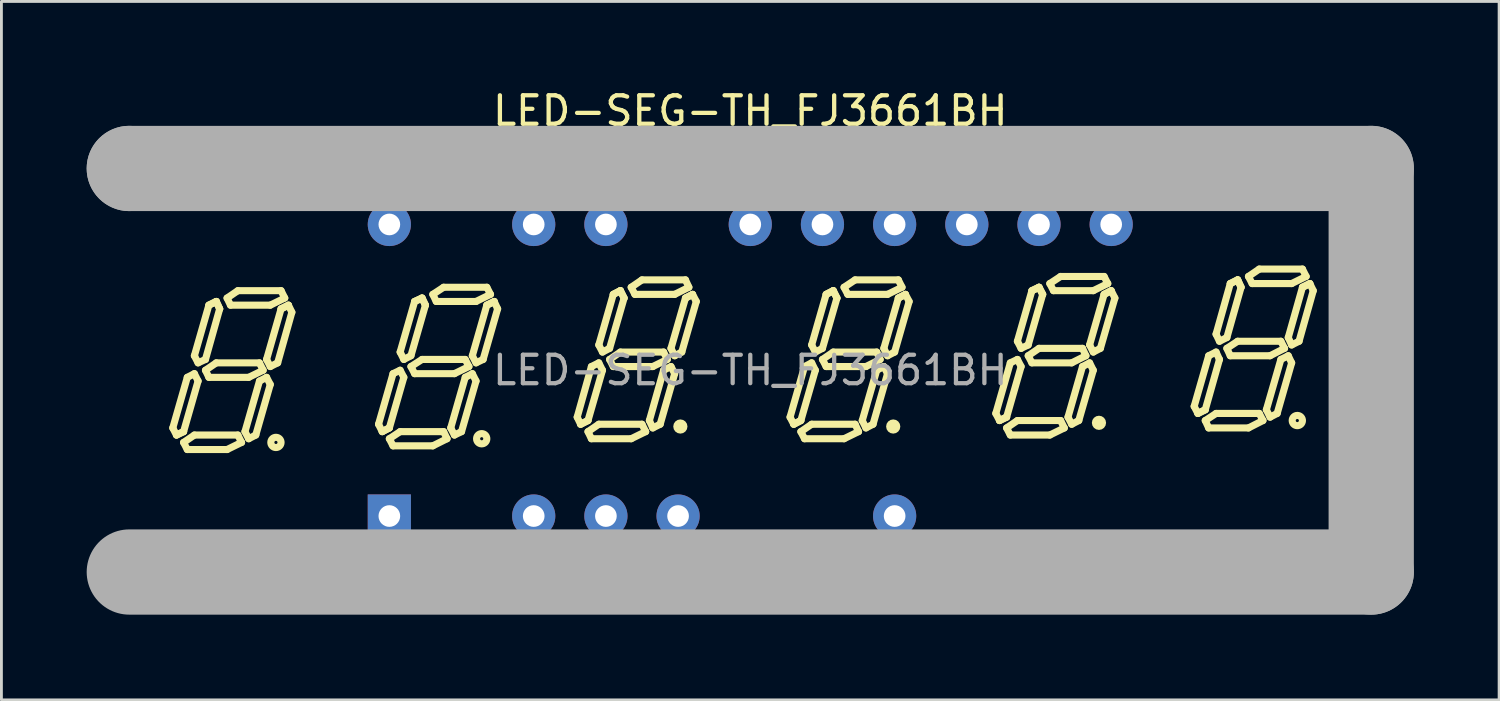
<source format=kicad_pcb>
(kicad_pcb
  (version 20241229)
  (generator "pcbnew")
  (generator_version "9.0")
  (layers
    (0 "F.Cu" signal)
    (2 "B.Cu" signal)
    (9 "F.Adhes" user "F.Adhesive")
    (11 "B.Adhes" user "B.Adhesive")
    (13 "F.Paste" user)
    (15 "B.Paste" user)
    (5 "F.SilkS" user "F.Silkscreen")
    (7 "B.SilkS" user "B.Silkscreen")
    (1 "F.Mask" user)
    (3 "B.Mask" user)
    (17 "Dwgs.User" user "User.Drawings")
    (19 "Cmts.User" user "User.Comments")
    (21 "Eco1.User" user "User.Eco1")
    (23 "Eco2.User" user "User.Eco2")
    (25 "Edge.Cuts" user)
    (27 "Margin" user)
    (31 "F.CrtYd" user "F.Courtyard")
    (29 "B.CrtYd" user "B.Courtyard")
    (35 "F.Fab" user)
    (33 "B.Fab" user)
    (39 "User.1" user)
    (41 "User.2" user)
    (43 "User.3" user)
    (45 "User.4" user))
  (footprint "LED-SEG-TH_FJ3661BH"
    (layer "F.Cu")
    (at 23.35 9.978)
    (property "Reference" "LED-SEG-TH_FJ3661BH" (at 0 -9.13 0) (layer "F.SilkS") (effects (font (size 1 1) (thickness 0.15))))
    (attr through_hole)
    (fp_line (start -20.32 2.03) (end -20.19 2.28) (stroke (width 0.25) (type solid)) (layer "F.SilkS"))
    (fp_line (start -20.19 2.28) (end -19.94 2.16) (stroke (width 0.25) (type solid)) (layer "F.SilkS"))
    (fp_line (start -20.19 2.28) (end -19.94 2.16) (stroke (width 0.25) (type solid)) (layer "F.SilkS"))
    (fp_line (start -19.94 2.16) (end -19.43 0.38) (stroke (width 0.25) (type solid)) (layer "F.SilkS"))
    (fp_line (start -19.94 2.54) (end -19.56 2.28) (stroke (width 0.25) (type solid)) (layer "F.SilkS"))
    (fp_line (start -19.81 0.25) (end -20.32 2.03) (stroke (width 0.25) (type solid)) (layer "F.SilkS"))
    (fp_line (start -19.81 2.79) (end -19.94 2.54) (stroke (width 0.25) (type solid)) (layer "F.SilkS"))
    (fp_line (start -19.56 -0.51) (end -19.43 -0.26) (stroke (width 0.25) (type solid)) (layer "F.SilkS"))
    (fp_line (start -19.56 0.12) (end -19.81 0.25) (stroke (width 0.25) (type solid)) (layer "F.SilkS"))
    (fp_line (start -19.56 2.28) (end -18.03 2.28) (stroke (width 0.25) (type solid)) (layer "F.SilkS"))
    (fp_line (start -19.43 -0.26) (end -19.17 -0.38) (stroke (width 0.25) (type solid)) (layer "F.SilkS"))
    (fp_line (start -19.43 0.38) (end -19.56 0.12) (stroke (width 0.25) (type solid)) (layer "F.SilkS"))
    (fp_line (start -19.17 -0.38) (end -18.67 -2.16) (stroke (width 0.25) (type solid)) (layer "F.SilkS"))
    (fp_line (start -19.17 0) (end -18.79 -0.26) (stroke (width 0.25) (type solid)) (layer "F.SilkS"))
    (fp_line (start -19.05 -2.29) (end -19.56 -0.51) (stroke (width 0.25) (type solid)) (layer "F.SilkS"))
    (fp_line (start -19.05 -2.29) (end -18.79 -2.42) (stroke (width 0.25) (type solid)) (layer "F.SilkS"))
    (fp_line (start -19.05 0.25) (end -19.17 0) (stroke (width 0.25) (type solid)) (layer "F.SilkS"))
    (fp_line (start -18.79 -2.42) (end -19.05 -2.29) (stroke (width 0.25) (type solid)) (layer "F.SilkS"))
    (fp_line (start -18.79 -2.42) (end -18.67 -2.16) (stroke (width 0.25) (type solid)) (layer "F.SilkS"))
    (fp_line (start -18.79 -0.26) (end -17.27 -0.26) (stroke (width 0.25) (type solid)) (layer "F.SilkS"))
    (fp_line (start -18.67 -2.16) (end -18.79 -2.42) (stroke (width 0.25) (type solid)) (layer "F.SilkS"))
    (fp_line (start -18.41 -2.54) (end -18.03 -2.8) (stroke (width 0.25) (type solid)) (layer "F.SilkS"))
    (fp_line (start -18.41 2.79) (end -19.81 2.79) (stroke (width 0.25) (type solid)) (layer "F.SilkS"))
    (fp_line (start -18.29 -2.29) (end -18.41 -2.54) (stroke (width 0.25) (type solid)) (layer "F.SilkS"))
    (fp_line (start -18.03 -2.8) (end -16.51 -2.8) (stroke (width 0.25) (type solid)) (layer "F.SilkS"))
    (fp_line (start -18.03 2.28) (end -17.9 2.54) (stroke (width 0.25) (type solid)) (layer "F.SilkS"))
    (fp_line (start -17.9 2.54) (end -18.41 2.79) (stroke (width 0.25) (type solid)) (layer "F.SilkS"))
    (fp_line (start -17.78 2.16) (end -17.65 2.41) (stroke (width 0.25) (type solid)) (layer "F.SilkS"))
    (fp_line (start -17.65 0.25) (end -19.05 0.25) (stroke (width 0.25) (type solid)) (layer "F.SilkS"))
    (fp_line (start -17.65 2.41) (end -17.4 2.28) (stroke (width 0.25) (type solid)) (layer "F.SilkS"))
    (fp_line (start -17.4 2.28) (end -16.89 0.5) (stroke (width 0.25) (type solid)) (layer "F.SilkS"))
    (fp_line (start -17.27 -0.26) (end -17.14 0) (stroke (width 0.25) (type solid)) (layer "F.SilkS"))
    (fp_line (start -17.27 0.38) (end -17.78 2.16) (stroke (width 0.25) (type solid)) (layer "F.SilkS"))
    (fp_line (start -17.14 0) (end -17.65 0.25) (stroke (width 0.25) (type solid)) (layer "F.SilkS"))
    (fp_line (start -17.02 -0.38) (end -16.51 -2.16) (stroke (width 0.25) (type solid)) (layer "F.SilkS"))
    (fp_line (start -17.02 0.25) (end -17.27 0.38) (stroke (width 0.25) (type solid)) (layer "F.SilkS"))
    (fp_line (start -16.89 -2.29) (end -18.29 -2.29) (stroke (width 0.25) (type solid)) (layer "F.SilkS"))
    (fp_line (start -16.89 -0.13) (end -17.02 -0.38) (stroke (width 0.25) (type solid)) (layer "F.SilkS"))
    (fp_line (start -16.89 0.5) (end -17.02 0.25) (stroke (width 0.25) (type solid)) (layer "F.SilkS"))
    (fp_line (start -16.63 -0.26) (end -16.89 -0.13) (stroke (width 0.25) (type solid)) (layer "F.SilkS"))
    (fp_line (start -16.51 -2.8) (end -16.38 -2.54) (stroke (width 0.25) (type solid)) (layer "F.SilkS"))
    (fp_line (start -16.51 -2.16) (end -16.25 -2.29) (stroke (width 0.25) (type solid)) (layer "F.SilkS"))
    (fp_line (start -16.38 -2.54) (end -16.89 -2.29) (stroke (width 0.25) (type solid)) (layer "F.SilkS"))
    (fp_line (start -16.25 -2.29) (end -16.51 -2.16) (stroke (width 0.25) (type solid)) (layer "F.SilkS"))
    (fp_line (start -16.25 -2.29) (end -16.13 -2.04) (stroke (width 0.25) (type solid)) (layer "F.SilkS"))
    (fp_line (start -16.13 -2.04) (end -16.63 -0.26) (stroke (width 0.25) (type solid)) (layer "F.SilkS"))
    (fp_line (start -13.08 1.9) (end -12.95 2.16) (stroke (width 0.25) (type solid)) (layer "F.SilkS"))
    (fp_line (start -12.95 2.16) (end -12.7 2.03) (stroke (width 0.25) (type solid)) (layer "F.SilkS"))
    (fp_line (start -12.95 2.16) (end -12.7 2.03) (stroke (width 0.25) (type solid)) (layer "F.SilkS"))
    (fp_line (start -12.7 2.03) (end -12.19 0.25) (stroke (width 0.25) (type solid)) (layer "F.SilkS"))
    (fp_line (start -12.7 2.41) (end -12.32 2.16) (stroke (width 0.25) (type solid)) (layer "F.SilkS"))
    (fp_line (start -12.57 0.12) (end -13.08 1.9) (stroke (width 0.25) (type solid)) (layer "F.SilkS"))
    (fp_line (start -12.57 2.66) (end -12.7 2.41) (stroke (width 0.25) (type solid)) (layer "F.SilkS"))
    (fp_line (start -12.32 -0.64) (end -12.19 -0.38) (stroke (width 0.25) (type solid)) (layer "F.SilkS"))
    (fp_line (start -12.32 0) (end -12.57 0.12) (stroke (width 0.25) (type solid)) (layer "F.SilkS"))
    (fp_line (start -12.32 2.16) (end -10.79 2.16) (stroke (width 0.25) (type solid)) (layer "F.SilkS"))
    (fp_line (start -12.19 -0.38) (end -11.94 -0.51) (stroke (width 0.25) (type solid)) (layer "F.SilkS"))
    (fp_line (start -12.19 0.25) (end -12.32 0) (stroke (width 0.25) (type solid)) (layer "F.SilkS"))
    (fp_line (start -11.94 -0.51) (end -11.43 -2.29) (stroke (width 0.25) (type solid)) (layer "F.SilkS"))
    (fp_line (start -11.94 -0.13) (end -11.55 -0.38) (stroke (width 0.25) (type solid)) (layer "F.SilkS"))
    (fp_line (start -11.81 -2.42) (end -12.32 -0.64) (stroke (width 0.25) (type solid)) (layer "F.SilkS"))
    (fp_line (start -11.81 0.12) (end -11.94 -0.13) (stroke (width 0.25) (type solid)) (layer "F.SilkS"))
    (fp_line (start -11.55 -2.54) (end -11.81 -2.42) (stroke (width 0.25) (type solid)) (layer "F.SilkS"))
    (fp_line (start -11.55 -2.54) (end -11.81 -2.42) (stroke (width 0.25) (type solid)) (layer "F.SilkS"))
    (fp_line (start -11.55 -0.38) (end -10.03 -0.38) (stroke (width 0.25) (type solid)) (layer "F.SilkS"))
    (fp_line (start -11.43 -2.29) (end -11.55 -2.54) (stroke (width 0.25) (type solid)) (layer "F.SilkS"))
    (fp_line (start -11.43 -2.29) (end -11.55 -2.54) (stroke (width 0.25) (type solid)) (layer "F.SilkS"))
    (fp_line (start -11.17 -2.67) (end -10.79 -2.92) (stroke (width 0.25) (type solid)) (layer "F.SilkS"))
    (fp_line (start -11.17 2.66) (end -12.57 2.66) (stroke (width 0.25) (type solid)) (layer "F.SilkS"))
    (fp_line (start -11.05 -2.42) (end -11.17 -2.67) (stroke (width 0.25) (type solid)) (layer "F.SilkS"))
    (fp_line (start -10.79 -2.92) (end -9.27 -2.92) (stroke (width 0.25) (type solid)) (layer "F.SilkS"))
    (fp_line (start -10.79 2.16) (end -10.67 2.41) (stroke (width 0.25) (type solid)) (layer "F.SilkS"))
    (fp_line (start -10.67 2.41) (end -11.17 2.66) (stroke (width 0.25) (type solid)) (layer "F.SilkS"))
    (fp_line (start -10.54 2.03) (end -10.41 2.28) (stroke (width 0.25) (type solid)) (layer "F.SilkS"))
    (fp_line (start -10.41 0.12) (end -11.81 0.12) (stroke (width 0.25) (type solid)) (layer "F.SilkS"))
    (fp_line (start -10.41 2.28) (end -10.16 2.16) (stroke (width 0.25) (type solid)) (layer "F.SilkS"))
    (fp_line (start -10.16 2.16) (end -9.65 0.38) (stroke (width 0.25) (type solid)) (layer "F.SilkS"))
    (fp_line (start -10.03 -0.38) (end -9.9 -0.13) (stroke (width 0.25) (type solid)) (layer "F.SilkS"))
    (fp_line (start -10.03 0.25) (end -10.54 2.03) (stroke (width 0.25) (type solid)) (layer "F.SilkS"))
    (fp_line (start -9.9 -0.13) (end -10.41 0.12) (stroke (width 0.25) (type solid)) (layer "F.SilkS"))
    (fp_line (start -9.78 -0.51) (end -9.65 -0.26) (stroke (width 0.25) (type solid)) (layer "F.SilkS"))
    (fp_line (start -9.78 0.12) (end -10.03 0.25) (stroke (width 0.25) (type solid)) (layer "F.SilkS"))
    (fp_line (start -9.65 -2.42) (end -11.05 -2.42) (stroke (width 0.25) (type solid)) (layer "F.SilkS"))
    (fp_line (start -9.65 -0.26) (end -9.4 -0.38) (stroke (width 0.25) (type solid)) (layer "F.SilkS"))
    (fp_line (start -9.65 0.38) (end -9.78 0.12) (stroke (width 0.25) (type solid)) (layer "F.SilkS"))
    (fp_line (start -9.4 -0.38) (end -8.89 -2.16) (stroke (width 0.25) (type solid)) (layer "F.SilkS"))
    (fp_line (start -9.27 -2.92) (end -9.14 -2.67) (stroke (width 0.25) (type solid)) (layer "F.SilkS"))
    (fp_line (start -9.27 -2.29) (end -9.78 -0.51) (stroke (width 0.25) (type solid)) (layer "F.SilkS"))
    (fp_line (start -9.27 -2.29) (end -9.01 -2.42) (stroke (width 0.25) (type solid)) (layer "F.SilkS"))
    (fp_line (start -9.14 -2.67) (end -9.65 -2.42) (stroke (width 0.25) (type solid)) (layer "F.SilkS"))
    (fp_line (start -9.01 -2.42) (end -9.27 -2.29) (stroke (width 0.25) (type solid)) (layer "F.SilkS"))
    (fp_line (start -8.89 -2.16) (end -9.01 -2.42) (stroke (width 0.25) (type solid)) (layer "F.SilkS"))
    (fp_line (start -6.09 1.65) (end -5.97 1.9) (stroke (width 0.25) (type solid)) (layer "F.SilkS"))
    (fp_line (start -5.97 1.9) (end -5.71 1.77) (stroke (width 0.25) (type solid)) (layer "F.SilkS"))
    (fp_line (start -5.97 1.9) (end -5.71 1.77) (stroke (width 0.25) (type solid)) (layer "F.SilkS"))
    (fp_line (start -5.71 1.77) (end -5.2 0) (stroke (width 0.25) (type solid)) (layer "F.SilkS"))
    (fp_line (start -5.71 2.16) (end -5.33 1.9) (stroke (width 0.25) (type solid)) (layer "F.SilkS"))
    (fp_line (start -5.59 -0.13) (end -6.09 1.65) (stroke (width 0.25) (type solid)) (layer "F.SilkS"))
    (fp_line (start -5.59 2.41) (end -5.71 2.16) (stroke (width 0.25) (type solid)) (layer "F.SilkS"))
    (fp_line (start -5.33 -0.89) (end -5.2 -0.64) (stroke (width 0.25) (type solid)) (layer "F.SilkS"))
    (fp_line (start -5.33 -0.26) (end -5.59 -0.13) (stroke (width 0.25) (type solid)) (layer "F.SilkS"))
    (fp_line (start -5.33 1.9) (end -3.81 1.9) (stroke (width 0.25) (type solid)) (layer "F.SilkS"))
    (fp_line (start -5.2 -0.64) (end -4.95 -0.77) (stroke (width 0.25) (type solid)) (layer "F.SilkS"))
    (fp_line (start -5.2 0) (end -5.33 -0.26) (stroke (width 0.25) (type solid)) (layer "F.SilkS"))
    (fp_line (start -4.95 -0.77) (end -4.44 -2.54) (stroke (width 0.25) (type solid)) (layer "F.SilkS"))
    (fp_line (start -4.95 -0.38) (end -4.57 -0.64) (stroke (width 0.25) (type solid)) (layer "F.SilkS"))
    (fp_line (start -4.82 -2.67) (end -5.33 -0.89) (stroke (width 0.25) (type solid)) (layer "F.SilkS"))
    (fp_line (start -4.82 -2.67) (end -4.57 -2.8) (stroke (width 0.25) (type solid)) (layer "F.SilkS"))
    (fp_line (start -4.82 -0.13) (end -4.95 -0.38) (stroke (width 0.25) (type solid)) (layer "F.SilkS"))
    (fp_line (start -4.57 -2.8) (end -4.82 -2.67) (stroke (width 0.25) (type solid)) (layer "F.SilkS"))
    (fp_line (start -4.57 -2.8) (end -4.44 -2.54) (stroke (width 0.25) (type solid)) (layer "F.SilkS"))
    (fp_line (start -4.57 -0.64) (end -3.05 -0.64) (stroke (width 0.25) (type solid)) (layer "F.SilkS"))
    (fp_line (start -4.44 -2.54) (end -4.57 -2.8) (stroke (width 0.25) (type solid)) (layer "F.SilkS"))
    (fp_line (start -4.19 -2.92) (end -3.81 -3.18) (stroke (width 0.25) (type solid)) (layer "F.SilkS"))
    (fp_line (start -4.19 2.41) (end -5.59 2.41) (stroke (width 0.25) (type solid)) (layer "F.SilkS"))
    (fp_line (start -4.06 -2.67) (end -4.19 -2.92) (stroke (width 0.25) (type solid)) (layer "F.SilkS"))
    (fp_line (start -3.81 -3.18) (end -2.28 -3.18) (stroke (width 0.25) (type solid)) (layer "F.SilkS"))
    (fp_line (start -3.81 1.9) (end -3.68 2.16) (stroke (width 0.25) (type solid)) (layer "F.SilkS"))
    (fp_line (start -3.68 2.16) (end -4.19 2.41) (stroke (width 0.25) (type solid)) (layer "F.SilkS"))
    (fp_line (start -3.55 1.77) (end -3.43 2.03) (stroke (width 0.25) (type solid)) (layer "F.SilkS"))
    (fp_line (start -3.43 -0.13) (end -4.82 -0.13) (stroke (width 0.25) (type solid)) (layer "F.SilkS"))
    (fp_line (start -3.43 2.03) (end -3.17 1.9) (stroke (width 0.25) (type solid)) (layer "F.SilkS"))
    (fp_line (start -3.17 1.9) (end -2.66 0.12) (stroke (width 0.25) (type solid)) (layer "F.SilkS"))
    (fp_line (start -3.05 -0.64) (end -2.92 -0.38) (stroke (width 0.25) (type solid)) (layer "F.SilkS"))
    (fp_line (start -3.05 0) (end -3.55 1.77) (stroke (width 0.25) (type solid)) (layer "F.SilkS"))
    (fp_line (start -2.92 -0.38) (end -3.43 -0.13) (stroke (width 0.25) (type solid)) (layer "F.SilkS"))
    (fp_line (start -2.79 -0.77) (end -2.28 -2.54) (stroke (width 0.25) (type solid)) (layer "F.SilkS"))
    (fp_line (start -2.79 -0.13) (end -3.05 0) (stroke (width 0.25) (type solid)) (layer "F.SilkS"))
    (fp_line (start -2.66 -2.67) (end -4.06 -2.67) (stroke (width 0.25) (type solid)) (layer "F.SilkS"))
    (fp_line (start -2.66 -0.51) (end -2.79 -0.77) (stroke (width 0.25) (type solid)) (layer "F.SilkS"))
    (fp_line (start -2.66 0.12) (end -2.79 -0.13) (stroke (width 0.25) (type solid)) (layer "F.SilkS"))
    (fp_line (start -2.41 -0.64) (end -2.66 -0.51) (stroke (width 0.25) (type solid)) (layer "F.SilkS"))
    (fp_line (start -2.28 -3.18) (end -2.16 -2.92) (stroke (width 0.25) (type solid)) (layer "F.SilkS"))
    (fp_line (start -2.28 -2.54) (end -2.03 -2.67) (stroke (width 0.25) (type solid)) (layer "F.SilkS"))
    (fp_line (start -2.16 -2.92) (end -2.66 -2.67) (stroke (width 0.25) (type solid)) (layer "F.SilkS"))
    (fp_line (start -2.03 -2.67) (end -2.28 -2.54) (stroke (width 0.25) (type solid)) (layer "F.SilkS"))
    (fp_line (start -2.03 -2.67) (end -1.9 -2.42) (stroke (width 0.25) (type solid)) (layer "F.SilkS"))
    (fp_line (start -1.9 -2.42) (end -2.41 -0.64) (stroke (width 0.25) (type solid)) (layer "F.SilkS"))
    (fp_line (start 1.4 1.65) (end 1.53 1.9) (stroke (width 0.25) (type solid)) (layer "F.SilkS"))
    (fp_line (start 1.53 1.9) (end 1.78 1.77) (stroke (width 0.25) (type solid)) (layer "F.SilkS"))
    (fp_line (start 1.53 1.9) (end 1.78 1.77) (stroke (width 0.25) (type solid)) (layer "F.SilkS"))
    (fp_line (start 1.78 1.77) (end 2.29 0) (stroke (width 0.25) (type solid)) (layer "F.SilkS"))
    (fp_line (start 1.78 2.16) (end 2.16 1.9) (stroke (width 0.25) (type solid)) (layer "F.SilkS"))
    (fp_line (start 1.91 -0.13) (end 1.4 1.65) (stroke (width 0.25) (type solid)) (layer "F.SilkS"))
    (fp_line (start 1.91 2.41) (end 1.78 2.16) (stroke (width 0.25) (type solid)) (layer "F.SilkS"))
    (fp_line (start 2.16 -0.89) (end 2.29 -0.64) (stroke (width 0.25) (type solid)) (layer "F.SilkS"))
    (fp_line (start 2.16 -0.26) (end 1.91 -0.13) (stroke (width 0.25) (type solid)) (layer "F.SilkS"))
    (fp_line (start 2.16 1.9) (end 3.69 1.9) (stroke (width 0.25) (type solid)) (layer "F.SilkS"))
    (fp_line (start 2.29 -0.64) (end 2.54 -0.77) (stroke (width 0.25) (type solid)) (layer "F.SilkS"))
    (fp_line (start 2.29 0) (end 2.16 -0.26) (stroke (width 0.25) (type solid)) (layer "F.SilkS"))
    (fp_line (start 2.54 -0.77) (end 3.05 -2.54) (stroke (width 0.25) (type solid)) (layer "F.SilkS"))
    (fp_line (start 2.54 -0.38) (end 2.92 -0.64) (stroke (width 0.25) (type solid)) (layer "F.SilkS"))
    (fp_line (start 2.67 -2.67) (end 2.16 -0.89) (stroke (width 0.25) (type solid)) (layer "F.SilkS"))
    (fp_line (start 2.67 -2.67) (end 2.92 -2.8) (stroke (width 0.25) (type solid)) (layer "F.SilkS"))
    (fp_line (start 2.67 -0.13) (end 2.54 -0.38) (stroke (width 0.25) (type solid)) (layer "F.SilkS"))
    (fp_line (start 2.92 -2.8) (end 2.67 -2.67) (stroke (width 0.25) (type solid)) (layer "F.SilkS"))
    (fp_line (start 2.92 -2.8) (end 3.05 -2.54) (stroke (width 0.25) (type solid)) (layer "F.SilkS"))
    (fp_line (start 2.92 -0.64) (end 4.45 -0.64) (stroke (width 0.25) (type solid)) (layer "F.SilkS"))
    (fp_line (start 3.05 -2.54) (end 2.92 -2.8) (stroke (width 0.25) (type solid)) (layer "F.SilkS"))
    (fp_line (start 3.3 -2.92) (end 3.69 -3.18) (stroke (width 0.25) (type solid)) (layer "F.SilkS"))
    (fp_line (start 3.3 2.41) (end 1.91 2.41) (stroke (width 0.25) (type solid)) (layer "F.SilkS"))
    (fp_line (start 3.43 -2.67) (end 3.3 -2.92) (stroke (width 0.25) (type solid)) (layer "F.SilkS"))
    (fp_line (start 3.69 -3.18) (end 5.21 -3.18) (stroke (width 0.25) (type solid)) (layer "F.SilkS"))
    (fp_line (start 3.69 1.9) (end 3.81 2.16) (stroke (width 0.25) (type solid)) (layer "F.SilkS"))
    (fp_line (start 3.81 2.16) (end 3.3 2.41) (stroke (width 0.25) (type solid)) (layer "F.SilkS"))
    (fp_line (start 3.94 1.77) (end 4.07 2.03) (stroke (width 0.25) (type solid)) (layer "F.SilkS"))
    (fp_line (start 4.07 -0.13) (end 2.67 -0.13) (stroke (width 0.25) (type solid)) (layer "F.SilkS"))
    (fp_line (start 4.07 2.03) (end 4.32 1.9) (stroke (width 0.25) (type solid)) (layer "F.SilkS"))
    (fp_line (start 4.32 1.9) (end 4.83 0.12) (stroke (width 0.25) (type solid)) (layer "F.SilkS"))
    (fp_line (start 4.45 -0.64) (end 4.57 -0.38) (stroke (width 0.25) (type solid)) (layer "F.SilkS"))
    (fp_line (start 4.45 0) (end 3.94 1.77) (stroke (width 0.25) (type solid)) (layer "F.SilkS"))
    (fp_line (start 4.57 -0.38) (end 4.07 -0.13) (stroke (width 0.25) (type solid)) (layer "F.SilkS"))
    (fp_line (start 4.7 -0.77) (end 5.21 -2.54) (stroke (width 0.25) (type solid)) (layer "F.SilkS"))
    (fp_line (start 4.7 -0.13) (end 4.45 0) (stroke (width 0.25) (type solid)) (layer "F.SilkS"))
    (fp_line (start 4.83 -2.67) (end 3.43 -2.67) (stroke (width 0.25) (type solid)) (layer "F.SilkS"))
    (fp_line (start 4.83 -0.51) (end 4.7 -0.77) (stroke (width 0.25) (type solid)) (layer "F.SilkS"))
    (fp_line (start 4.83 0.12) (end 4.7 -0.13) (stroke (width 0.25) (type solid)) (layer "F.SilkS"))
    (fp_line (start 5.08 -0.64) (end 4.83 -0.51) (stroke (width 0.25) (type solid)) (layer "F.SilkS"))
    (fp_line (start 5.21 -3.18) (end 5.34 -2.92) (stroke (width 0.25) (type solid)) (layer "F.SilkS"))
    (fp_line (start 5.21 -2.54) (end 5.46 -2.67) (stroke (width 0.25) (type solid)) (layer "F.SilkS"))
    (fp_line (start 5.34 -2.92) (end 4.83 -2.67) (stroke (width 0.25) (type solid)) (layer "F.SilkS"))
    (fp_line (start 5.46 -2.67) (end 5.21 -2.54) (stroke (width 0.25) (type solid)) (layer "F.SilkS"))
    (fp_line (start 5.46 -2.67) (end 5.59 -2.42) (stroke (width 0.25) (type solid)) (layer "F.SilkS"))
    (fp_line (start 5.59 -2.42) (end 5.08 -0.64) (stroke (width 0.25) (type solid)) (layer "F.SilkS"))
    (fp_line (start 8.64 1.52) (end 8.77 1.77) (stroke (width 0.25) (type solid)) (layer "F.SilkS"))
    (fp_line (start 8.77 1.77) (end 9.02 1.65) (stroke (width 0.25) (type solid)) (layer "F.SilkS"))
    (fp_line (start 8.77 1.77) (end 9.02 1.65) (stroke (width 0.25) (type solid)) (layer "F.SilkS"))
    (fp_line (start 9.02 1.65) (end 9.53 -0.13) (stroke (width 0.25) (type solid)) (layer "F.SilkS"))
    (fp_line (start 9.02 2.03) (end 9.4 1.77) (stroke (width 0.25) (type solid)) (layer "F.SilkS"))
    (fp_line (start 9.15 -0.26) (end 8.64 1.52) (stroke (width 0.25) (type solid)) (layer "F.SilkS"))
    (fp_line (start 9.15 2.28) (end 9.02 2.03) (stroke (width 0.25) (type solid)) (layer "F.SilkS"))
    (fp_line (start 9.4 -1.02) (end 9.53 -0.77) (stroke (width 0.25) (type solid)) (layer "F.SilkS"))
    (fp_line (start 9.4 -0.38) (end 9.15 -0.26) (stroke (width 0.25) (type solid)) (layer "F.SilkS"))
    (fp_line (start 9.4 1.77) (end 10.92 1.77) (stroke (width 0.25) (type solid)) (layer "F.SilkS"))
    (fp_line (start 9.53 -0.77) (end 9.78 -0.89) (stroke (width 0.25) (type solid)) (layer "F.SilkS"))
    (fp_line (start 9.53 -0.13) (end 9.4 -0.38) (stroke (width 0.25) (type solid)) (layer "F.SilkS"))
    (fp_line (start 9.78 -0.89) (end 10.29 -2.67) (stroke (width 0.25) (type solid)) (layer "F.SilkS"))
    (fp_line (start 9.78 -0.51) (end 10.16 -0.77) (stroke (width 0.25) (type solid)) (layer "F.SilkS"))
    (fp_line (start 9.91 -2.8) (end 9.4 -1.02) (stroke (width 0.25) (type solid)) (layer "F.SilkS"))
    (fp_line (start 9.91 -0.26) (end 9.78 -0.51) (stroke (width 0.25) (type solid)) (layer "F.SilkS"))
    (fp_line (start 10.16 -2.92) (end 9.91 -2.8) (stroke (width 0.25) (type solid)) (layer "F.SilkS"))
    (fp_line (start 10.16 -2.92) (end 9.91 -2.8) (stroke (width 0.25) (type solid)) (layer "F.SilkS"))
    (fp_line (start 10.16 -0.77) (end 11.69 -0.77) (stroke (width 0.25) (type solid)) (layer "F.SilkS"))
    (fp_line (start 10.29 -2.67) (end 10.16 -2.92) (stroke (width 0.25) (type solid)) (layer "F.SilkS"))
    (fp_line (start 10.29 -2.67) (end 10.16 -2.92) (stroke (width 0.25) (type solid)) (layer "F.SilkS"))
    (fp_line (start 10.54 -3.05) (end 10.92 -3.3) (stroke (width 0.25) (type solid)) (layer "F.SilkS"))
    (fp_line (start 10.54 2.28) (end 9.15 2.28) (stroke (width 0.25) (type solid)) (layer "F.SilkS"))
    (fp_line (start 10.67 -2.8) (end 10.54 -3.05) (stroke (width 0.25) (type solid)) (layer "F.SilkS"))
    (fp_line (start 10.92 -3.3) (end 12.45 -3.3) (stroke (width 0.25) (type solid)) (layer "F.SilkS"))
    (fp_line (start 10.92 1.77) (end 11.05 2.03) (stroke (width 0.25) (type solid)) (layer "F.SilkS"))
    (fp_line (start 11.05 2.03) (end 10.54 2.28) (stroke (width 0.25) (type solid)) (layer "F.SilkS"))
    (fp_line (start 11.18 1.65) (end 11.31 1.9) (stroke (width 0.25) (type solid)) (layer "F.SilkS"))
    (fp_line (start 11.31 -0.26) (end 9.91 -0.26) (stroke (width 0.25) (type solid)) (layer "F.SilkS"))
    (fp_line (start 11.31 1.9) (end 11.56 1.77) (stroke (width 0.25) (type solid)) (layer "F.SilkS"))
    (fp_line (start 11.56 1.77) (end 12.07 0) (stroke (width 0.25) (type solid)) (layer "F.SilkS"))
    (fp_line (start 11.69 -0.77) (end 11.81 -0.51) (stroke (width 0.25) (type solid)) (layer "F.SilkS"))
    (fp_line (start 11.69 -0.13) (end 11.18 1.65) (stroke (width 0.25) (type solid)) (layer "F.SilkS"))
    (fp_line (start 11.81 -0.51) (end 11.31 -0.26) (stroke (width 0.25) (type solid)) (layer "F.SilkS"))
    (fp_line (start 11.94 -0.89) (end 12.07 -0.64) (stroke (width 0.25) (type solid)) (layer "F.SilkS"))
    (fp_line (start 11.94 -0.26) (end 11.69 -0.13) (stroke (width 0.25) (type solid)) (layer "F.SilkS"))
    (fp_line (start 12.07 -2.8) (end 10.67 -2.8) (stroke (width 0.25) (type solid)) (layer "F.SilkS"))
    (fp_line (start 12.07 -0.64) (end 12.32 -0.77) (stroke (width 0.25) (type solid)) (layer "F.SilkS"))
    (fp_line (start 12.07 0) (end 11.94 -0.26) (stroke (width 0.25) (type solid)) (layer "F.SilkS"))
    (fp_line (start 12.32 -0.77) (end 12.83 -2.54) (stroke (width 0.25) (type solid)) (layer "F.SilkS"))
    (fp_line (start 12.45 -3.3) (end 12.58 -3.05) (stroke (width 0.25) (type solid)) (layer "F.SilkS"))
    (fp_line (start 12.45 -2.67) (end 11.94 -0.89) (stroke (width 0.25) (type solid)) (layer "F.SilkS"))
    (fp_line (start 12.45 -2.67) (end 12.7 -2.8) (stroke (width 0.25) (type solid)) (layer "F.SilkS"))
    (fp_line (start 12.58 -3.05) (end 12.07 -2.8) (stroke (width 0.25) (type solid)) (layer "F.SilkS"))
    (fp_line (start 12.7 -2.8) (end 12.45 -2.67) (stroke (width 0.25) (type solid)) (layer "F.SilkS"))
    (fp_line (start 12.83 -2.54) (end 12.7 -2.8) (stroke (width 0.25) (type solid)) (layer "F.SilkS"))
    (fp_line (start 15.62 1.27) (end 15.75 1.52) (stroke (width 0.25) (type solid)) (layer "F.SilkS"))
    (fp_line (start 15.75 1.52) (end 16.01 1.39) (stroke (width 0.25) (type solid)) (layer "F.SilkS"))
    (fp_line (start 15.75 1.52) (end 16.01 1.39) (stroke (width 0.25) (type solid)) (layer "F.SilkS"))
    (fp_line (start 16.01 1.39) (end 16.51 -0.38) (stroke (width 0.25) (type solid)) (layer "F.SilkS"))
    (fp_line (start 16.01 1.77) (end 16.39 1.52) (stroke (width 0.25) (type solid)) (layer "F.SilkS"))
    (fp_line (start 16.13 -0.51) (end 15.62 1.27) (stroke (width 0.25) (type solid)) (layer "F.SilkS"))
    (fp_line (start 16.13 2.03) (end 16.01 1.77) (stroke (width 0.25) (type solid)) (layer "F.SilkS"))
    (fp_line (start 16.39 -1.27) (end 16.51 -1.02) (stroke (width 0.25) (type solid)) (layer "F.SilkS"))
    (fp_line (start 16.39 -0.64) (end 16.13 -0.51) (stroke (width 0.25) (type solid)) (layer "F.SilkS"))
    (fp_line (start 16.39 1.52) (end 17.91 1.52) (stroke (width 0.25) (type solid)) (layer "F.SilkS"))
    (fp_line (start 16.51 -1.02) (end 16.77 -1.15) (stroke (width 0.25) (type solid)) (layer "F.SilkS"))
    (fp_line (start 16.51 -0.38) (end 16.39 -0.64) (stroke (width 0.25) (type solid)) (layer "F.SilkS"))
    (fp_line (start 16.77 -1.15) (end 17.27 -2.92) (stroke (width 0.25) (type solid)) (layer "F.SilkS"))
    (fp_line (start 16.77 -0.77) (end 17.15 -1.02) (stroke (width 0.25) (type solid)) (layer "F.SilkS"))
    (fp_line (start 16.89 -3.05) (end 16.39 -1.27) (stroke (width 0.25) (type solid)) (layer "F.SilkS"))
    (fp_line (start 16.89 -3.05) (end 17.15 -3.18) (stroke (width 0.25) (type solid)) (layer "F.SilkS"))
    (fp_line (start 16.89 -0.51) (end 16.77 -0.77) (stroke (width 0.25) (type solid)) (layer "F.SilkS"))
    (fp_line (start 17.15 -3.18) (end 16.89 -3.05) (stroke (width 0.25) (type solid)) (layer "F.SilkS"))
    (fp_line (start 17.15 -3.18) (end 17.27 -2.92) (stroke (width 0.25) (type solid)) (layer "F.SilkS"))
    (fp_line (start 17.15 -1.02) (end 18.67 -1.02) (stroke (width 0.25) (type solid)) (layer "F.SilkS"))
    (fp_line (start 17.27 -2.92) (end 17.15 -3.18) (stroke (width 0.25) (type solid)) (layer "F.SilkS"))
    (fp_line (start 17.53 -3.3) (end 17.91 -3.56) (stroke (width 0.25) (type solid)) (layer "F.SilkS"))
    (fp_line (start 17.53 2.03) (end 16.13 2.03) (stroke (width 0.25) (type solid)) (layer "F.SilkS"))
    (fp_line (start 17.66 -3.05) (end 17.53 -3.3) (stroke (width 0.25) (type solid)) (layer "F.SilkS"))
    (fp_line (start 17.91 -3.56) (end 19.43 -3.56) (stroke (width 0.25) (type solid)) (layer "F.SilkS"))
    (fp_line (start 17.91 1.52) (end 18.04 1.77) (stroke (width 0.25) (type solid)) (layer "F.SilkS"))
    (fp_line (start 18.04 1.77) (end 17.53 2.03) (stroke (width 0.25) (type solid)) (layer "F.SilkS"))
    (fp_line (start 18.16 1.39) (end 18.29 1.65) (stroke (width 0.25) (type solid)) (layer "F.SilkS"))
    (fp_line (start 18.29 -0.51) (end 16.89 -0.51) (stroke (width 0.25) (type solid)) (layer "F.SilkS"))
    (fp_line (start 18.29 1.65) (end 18.54 1.52) (stroke (width 0.25) (type solid)) (layer "F.SilkS"))
    (fp_line (start 18.54 1.52) (end 19.05 -0.26) (stroke (width 0.25) (type solid)) (layer "F.SilkS"))
    (fp_line (start 18.67 -1.02) (end 18.8 -0.77) (stroke (width 0.25) (type solid)) (layer "F.SilkS"))
    (fp_line (start 18.67 -0.38) (end 18.16 1.39) (stroke (width 0.25) (type solid)) (layer "F.SilkS"))
    (fp_line (start 18.8 -0.77) (end 18.29 -0.51) (stroke (width 0.25) (type solid)) (layer "F.SilkS"))
    (fp_line (start 18.93 -1.15) (end 19.43 -2.92) (stroke (width 0.25) (type solid)) (layer "F.SilkS"))
    (fp_line (start 18.93 -0.51) (end 18.67 -0.38) (stroke (width 0.25) (type solid)) (layer "F.SilkS"))
    (fp_line (start 19.05 -3.05) (end 17.66 -3.05) (stroke (width 0.25) (type solid)) (layer "F.SilkS"))
    (fp_line (start 19.05 -0.89) (end 18.93 -1.15) (stroke (width 0.25) (type solid)) (layer "F.SilkS"))
    (fp_line (start 19.05 -0.26) (end 18.93 -0.51) (stroke (width 0.25) (type solid)) (layer "F.SilkS"))
    (fp_line (start 19.31 -1.02) (end 19.05 -0.89) (stroke (width 0.25) (type solid)) (layer "F.SilkS"))
    (fp_line (start 19.43 -3.56) (end 19.56 -3.3) (stroke (width 0.25) (type solid)) (layer "F.SilkS"))
    (fp_line (start 19.43 -2.92) (end 19.69 -3.05) (stroke (width 0.25) (type solid)) (layer "F.SilkS"))
    (fp_line (start 19.56 -3.3) (end 19.05 -3.05) (stroke (width 0.25) (type solid)) (layer "F.SilkS"))
    (fp_line (start 19.69 -3.05) (end 19.43 -2.92) (stroke (width 0.25) (type solid)) (layer "F.SilkS"))
    (fp_line (start 19.69 -3.05) (end 19.81 -2.8) (stroke (width 0.25) (type solid)) (layer "F.SilkS"))
    (fp_line (start 19.81 -2.8) (end 19.31 -1.02) (stroke (width 0.25) (type solid)) (layer "F.SilkS"))
    (fp_arc (start -16.68 2.36) (mid -16.695001 2.720208) (end -16.690001 2.359722) (stroke (width 0.25) (type solid)) (layer "F.SilkS"))
    (fp_arc (start -9.44 2.23) (mid -9.455001 2.590208) (end -9.450001 2.229722) (stroke (width 0.25) (type solid)) (layer "F.SilkS"))
    (fp_arc (start -2.46 1.98) (mid -2.46 1.98) (end -2.46 1.98) (stroke (width 0.25) (type solid)) (layer "F.SilkS"))
    (fp_arc (start 5.03 1.98) (mid 5.03 1.98) (end 5.03 1.98) (stroke (width 0.25) (type solid)) (layer "F.SilkS"))
    (fp_arc (start 12.27 1.85) (mid 12.27 1.85) (end 12.27 1.85) (stroke (width 0.25) (type solid)) (layer "F.SilkS"))
    (fp_arc (start 19.26 1.59) (mid 19.244999 1.950208) (end 19.249999 1.589722) (stroke (width 0.25) (type solid)) (layer "F.SilkS"))
    (fp_line (start -21.85 -7.1) (end -21.85 -7.1) (stroke (width 3) (type solid)) (layer "F.Fab"))
    (fp_line (start -21.85 -7.1) (end 21.85 -7.1) (stroke (width 3) (type solid)) (layer "F.Fab"))
    (fp_line (start 21.85 -7.1) (end 21.85 7.1) (stroke (width 3) (type solid)) (layer "F.Fab"))
    (fp_line (start 21.85 7.1) (end -21.85 7.1) (stroke (width 3) (type solid)) (layer "F.Fab"))
    (fp_circle (center -21.98 7.23) (end -21.95 7.23) (stroke (width 0.06) (type solid)) (fill no) (layer "F.Fab"))
    (fp_circle (center -12.7 -5.13) (end -12.56 -5.13) (stroke (width 0.28) (type solid)) (fill no) (layer "F.Fab"))
    (fp_circle (center -12.7 5.13) (end -12.56 5.13) (stroke (width 0.28) (type solid)) (fill no) (layer "F.Fab"))
    (fp_circle (center -7.62 -5.13) (end -7.48 -5.13) (stroke (width 0.28) (type solid)) (fill no) (layer "F.Fab"))
    (fp_circle (center -7.62 5.13) (end -7.48 5.13) (stroke (width 0.28) (type solid)) (fill no) (layer "F.Fab"))
    (fp_circle (center -5.08 -5.13) (end -4.94 -5.13) (stroke (width 0.28) (type solid)) (fill no) (layer "F.Fab"))
    (fp_circle (center -5.08 5.13) (end -4.94 5.13) (stroke (width 0.28) (type solid)) (fill no) (layer "F.Fab"))
    (fp_circle (center -2.54 5.13) (end -2.4 5.13) (stroke (width 0.28) (type solid)) (fill no) (layer "F.Fab"))
    (fp_circle (center 0 -5.13) (end 0.14 -5.13) (stroke (width 0.28) (type solid)) (fill no) (layer "F.Fab"))
    (fp_circle (center 2.54 -5.13) (end 2.68 -5.13) (stroke (width 0.28) (type solid)) (fill no) (layer "F.Fab"))
    (fp_circle (center 5.08 -5.13) (end 5.22 -5.13) (stroke (width 0.28) (type solid)) (fill no) (layer "F.Fab"))
    (fp_circle (center 5.08 5.13) (end 5.22 5.13) (stroke (width 0.28) (type solid)) (fill no) (layer "F.Fab"))
    (fp_circle (center 7.62 -5.13) (end 7.76 -5.13) (stroke (width 0.28) (type solid)) (fill no) (layer "F.Fab"))
    (fp_circle (center 10.16 -5.13) (end 10.3 -5.13) (stroke (width 0.28) (type solid)) (fill no) (layer "F.Fab"))
    (fp_circle (center 12.7 -5.13) (end 12.84 -5.13) (stroke (width 0.28) (type solid)) (fill no) (layer "F.Fab"))
    (fp_text user "${REFERENCE}" (at 0 0 0) (layer "F.Fab") (effects (font (size 1 1) (thickness 0.15))))
    (pad "1" thru_hole rect (at -12.7 5.13) (size 1.52 1.52) (drill 0.762) (layers "*.Cu" "*.Paste" "*.Mask"))
    (pad "3" thru_hole circle (at -7.62 5.13) (size 1.52 1.52) (drill 0.762) (layers "*.Cu" "*.Paste" "*.Mask"))
    (pad "4" thru_hole circle (at -5.08 5.13) (size 1.52 1.52) (drill 0.762) (layers "*.Cu" "*.Paste" "*.Mask"))
    (pad "5" thru_hole circle (at -2.54 5.13) (size 1.52 1.52) (drill 0.762) (layers "*.Cu" "*.Paste" "*.Mask"))
    (pad "8" thru_hole circle (at 5.08 5.13) (size 1.52 1.52) (drill 0.762) (layers "*.Cu" "*.Paste" "*.Mask"))
    (pad "12" thru_hole circle (at 12.7 -5.13) (size 1.52 1.52) (drill 0.762) (layers "*.Cu" "*.Paste" "*.Mask"))
    (pad "13" thru_hole circle (at 10.16 -5.13) (size 1.52 1.52) (drill 0.762) (layers "*.Cu" "*.Paste" "*.Mask"))
    (pad "14" thru_hole circle (at 7.62 -5.13) (size 1.52 1.52) (drill 0.762) (layers "*.Cu" "*.Paste" "*.Mask"))
    (pad "15" thru_hole circle (at 5.08 -5.13) (size 1.52 1.52) (drill 0.762) (layers "*.Cu" "*.Paste" "*.Mask"))
    (pad "16" thru_hole circle (at 2.54 -5.13) (size 1.52 1.52) (drill 0.762) (layers "*.Cu" "*.Paste" "*.Mask"))
    (pad "17" thru_hole circle (at 0 -5.13) (size 1.52 1.52) (drill 0.762) (layers "*.Cu" "*.Paste" "*.Mask"))
    (pad "19" thru_hole circle (at -5.08 -5.13) (size 1.52 1.52) (drill 0.762) (layers "*.Cu" "*.Paste" "*.Mask"))
    (pad "20" thru_hole circle (at -7.62 -5.13) (size 1.52 1.52) (drill 0.762) (layers "*.Cu" "*.Paste" "*.Mask"))
    (pad "22" thru_hole circle (at -12.7 -5.13) (size 1.52 1.52) (drill 0.762) (layers "*.Cu" "*.Paste" "*.Mask")))
  (gr_rect
    (start -3 -3)
    (end 49.7 21.578)
    (stroke (width 0.1) (type default))
    (fill no)
    (layer "Edge.Cuts")))
</source>
